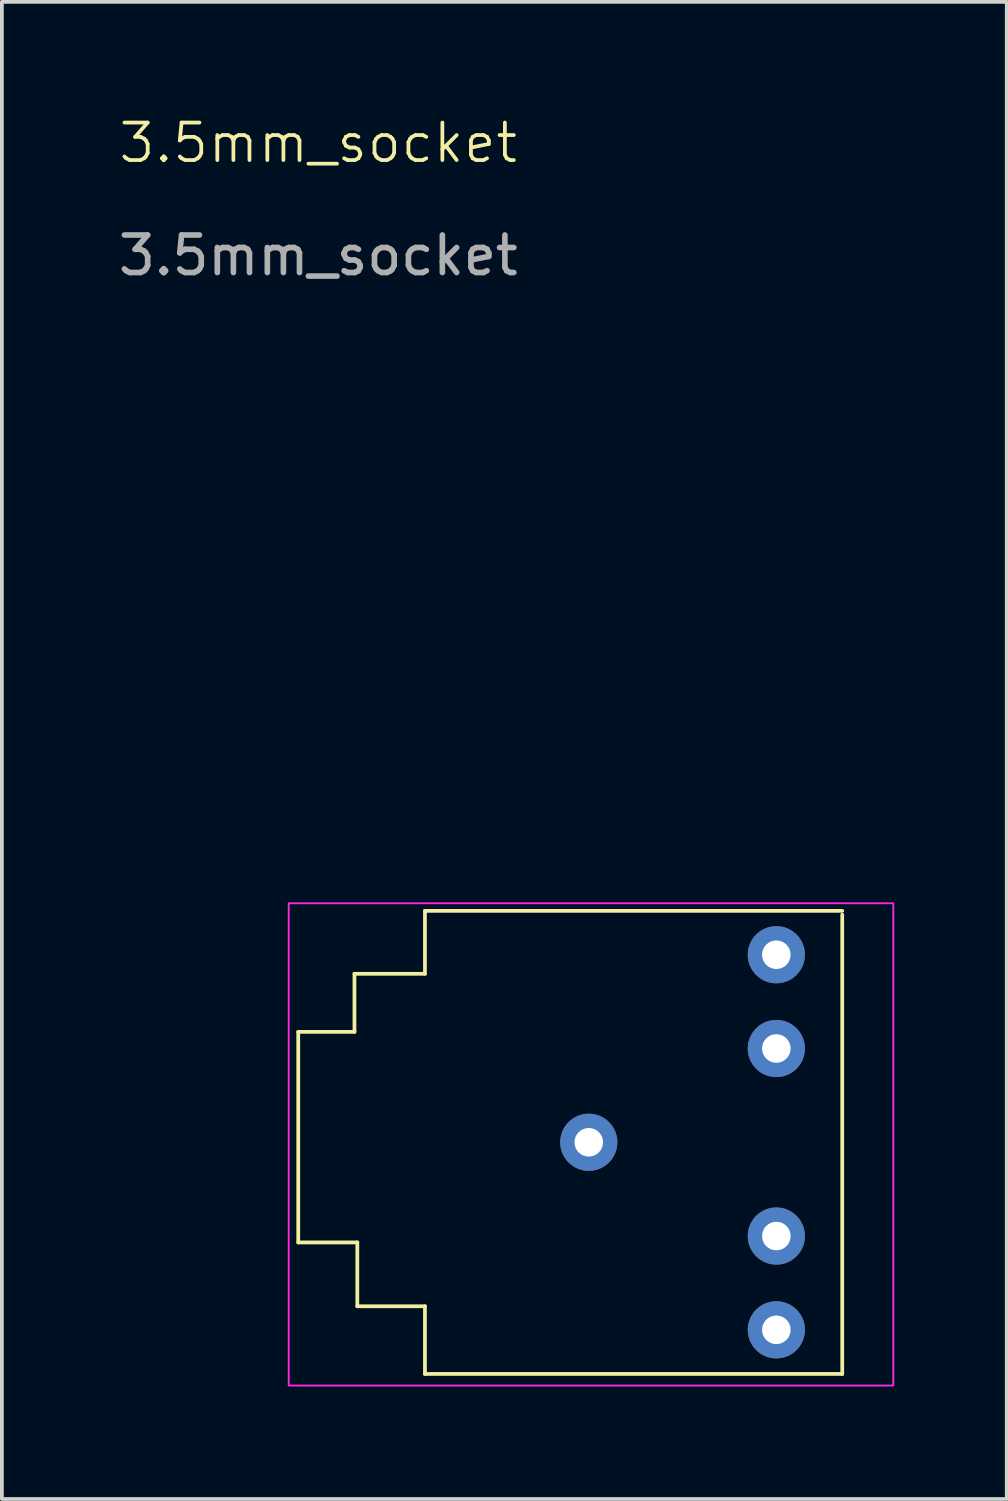
<source format=kicad_pcb>
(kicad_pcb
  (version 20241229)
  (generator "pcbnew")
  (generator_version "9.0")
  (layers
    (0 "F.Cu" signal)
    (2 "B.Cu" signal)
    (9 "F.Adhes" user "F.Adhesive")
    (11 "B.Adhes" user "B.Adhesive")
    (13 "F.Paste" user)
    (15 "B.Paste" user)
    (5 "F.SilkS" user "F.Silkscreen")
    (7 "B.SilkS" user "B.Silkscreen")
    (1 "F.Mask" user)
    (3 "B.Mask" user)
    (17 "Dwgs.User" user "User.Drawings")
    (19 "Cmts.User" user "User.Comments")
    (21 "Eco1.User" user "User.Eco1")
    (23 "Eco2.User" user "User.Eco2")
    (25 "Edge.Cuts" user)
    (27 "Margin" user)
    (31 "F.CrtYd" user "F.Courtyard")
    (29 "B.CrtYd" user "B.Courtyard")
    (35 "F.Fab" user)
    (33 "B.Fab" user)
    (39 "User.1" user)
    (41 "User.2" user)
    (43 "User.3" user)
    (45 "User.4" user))
  (footprint "3.5mm_socket"
    (layer "F.Cu")
    (at 4.647 19.888)
    (property "Reference" "3.5mm_socket" (at 0.787 -19.128 0) (unlocked yes) (layer "F.SilkS") (effects (font (size 1 1) (thickness 0.1))))
    (attr through_hole)
    (fp_line (start 0.254 4.572) (end 1.753 4.572) (stroke (width 0.1) (type default)) (layer "F.SilkS"))
    (fp_line (start 0.254 10.185) (end 0.254 4.572) (stroke (width 0.1) (type default)) (layer "F.SilkS"))
    (fp_line (start 1.753 3.023) (end 3.632 3.023) (stroke (width 0.1) (type default)) (layer "F.SilkS"))
    (fp_line (start 1.753 4.572) (end 1.753 3.023) (stroke (width 0.1) (type default)) (layer "F.SilkS"))
    (fp_line (start 1.829 10.185) (end 0.254 10.185) (stroke (width 0.1) (type default)) (layer "F.SilkS"))
    (fp_line (start 1.829 11.887) (end 1.829 10.185) (stroke (width 0.1) (type default)) (layer "F.SilkS"))
    (fp_line (start 3.632 1.346) (end 14.757 1.346) (stroke (width 0.1) (type default)) (layer "F.SilkS"))
    (fp_line (start 3.632 3.023) (end 3.632 1.346) (stroke (width 0.1) (type default)) (layer "F.SilkS"))
    (fp_line (start 3.632 11.887) (end 1.829 11.887) (stroke (width 0.1) (type default)) (layer "F.SilkS"))
    (fp_line (start 3.632 13.691) (end 3.632 11.887) (stroke (width 0.1) (type default)) (layer "F.SilkS"))
    (fp_line (start 14.757 1.448) (end 14.757 13.691) (stroke (width 0.1) (type default)) (layer "F.SilkS"))
    (fp_line (start 14.757 13.691) (end 3.632 13.691) (stroke (width 0.1) (type default)) (layer "F.SilkS"))
    (fp_rect (start 0 1.143) (end 16.118 14) (stroke (width 0.05) (type default)) (fill no) (layer "F.CrtYd"))
    (fp_text user "${REFERENCE}" (at 0.787 -16.128 0) (unlocked yes) (layer "F.Fab") (effects (font (size 1 1) (thickness 0.15))))
    (pad "1" thru_hole circle (at 13 2.515) (size 1.524 1.524) (drill 0.762) (layers "*.Cu" "*.Mask"))
    (pad "2" thru_hole circle (at 13 5.015) (size 1.524 1.524) (drill 0.762) (layers "*.Cu" "*.Mask"))
    (pad "3" thru_hole circle (at 13 10.015) (size 1.524 1.524) (drill 0.762) (layers "*.Cu" "*.Mask"))
    (pad "4" thru_hole circle (at 13 12.515) (size 1.524 1.524) (drill 0.762) (layers "*.Cu" "*.Mask"))
    (pad "5" thru_hole circle (at 8 7.515) (size 1.524 1.524) (drill 0.762) (layers "*.Cu" "*.Mask")))
  (gr_rect
    (start -3 -3)
    (end 23.79 36.913)
    (stroke (width 0.1) (type default))
    (fill no)
    (layer "Edge.Cuts")))
</source>
